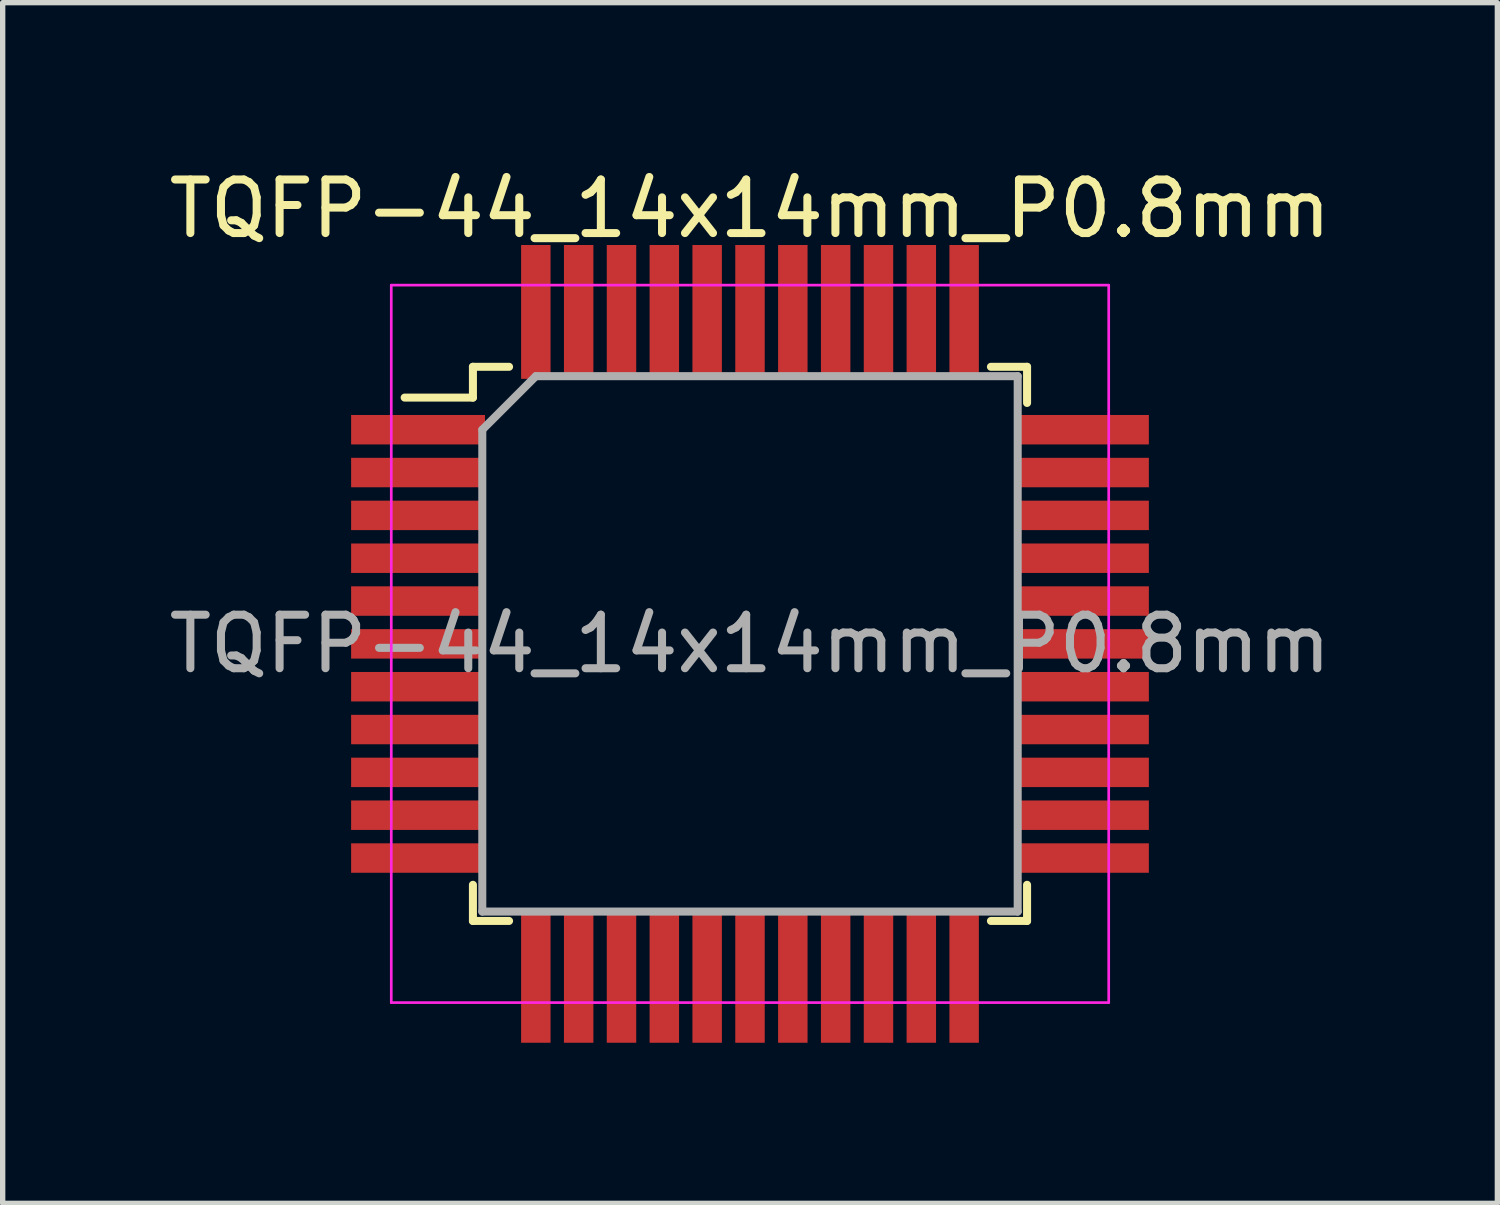
<source format=kicad_pcb>
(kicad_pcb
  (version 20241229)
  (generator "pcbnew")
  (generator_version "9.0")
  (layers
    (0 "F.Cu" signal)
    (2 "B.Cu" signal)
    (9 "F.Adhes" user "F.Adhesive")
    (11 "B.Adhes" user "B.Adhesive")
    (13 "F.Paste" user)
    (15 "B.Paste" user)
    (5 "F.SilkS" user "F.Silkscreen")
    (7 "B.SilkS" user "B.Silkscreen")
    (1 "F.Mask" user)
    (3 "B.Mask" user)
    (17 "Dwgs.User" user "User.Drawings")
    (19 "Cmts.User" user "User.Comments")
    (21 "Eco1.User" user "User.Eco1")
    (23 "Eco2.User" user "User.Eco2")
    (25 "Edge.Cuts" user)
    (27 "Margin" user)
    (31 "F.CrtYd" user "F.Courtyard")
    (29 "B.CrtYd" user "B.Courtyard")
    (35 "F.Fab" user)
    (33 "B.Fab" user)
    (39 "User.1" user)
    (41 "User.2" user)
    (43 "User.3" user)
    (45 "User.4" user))
  (footprint "TQFP-44_14x14mm_P0.8mm"
    (layer "F.Cu")
    (at 10.958 8.976)
    (property "Reference" "TQFP-44_14x14mm_P0.8mm" (at 0 -8.128 0) (layer "F.SilkS") (effects (font (size 1 1) (thickness 0.15))))
    (attr smd)
    (fp_line (start -5.175 -5.175) (end -5.175 -4.6) (stroke (width 0.15) (type solid)) (layer "F.SilkS"))
    (fp_line (start -5.175 -5.175) (end -4.5 -5.175) (stroke (width 0.15) (type solid)) (layer "F.SilkS"))
    (fp_line (start -5.175 -4.6) (end -6.45 -4.6) (stroke (width 0.15) (type solid)) (layer "F.SilkS"))
    (fp_line (start -5.175 5.175) (end -5.175 4.5) (stroke (width 0.15) (type solid)) (layer "F.SilkS"))
    (fp_line (start -5.175 5.175) (end -4.5 5.175) (stroke (width 0.15) (type solid)) (layer "F.SilkS"))
    (fp_line (start 5.175 -5.175) (end 4.5 -5.175) (stroke (width 0.15) (type solid)) (layer "F.SilkS"))
    (fp_line (start 5.175 -5.175) (end 5.175 -4.5) (stroke (width 0.15) (type solid)) (layer "F.SilkS"))
    (fp_line (start 5.175 5.175) (end 4.5 5.175) (stroke (width 0.15) (type solid)) (layer "F.SilkS"))
    (fp_line (start 5.175 5.175) (end 5.175 4.5) (stroke (width 0.15) (type solid)) (layer "F.SilkS"))
    (fp_line (start -6.7 -6.7) (end -6.7 6.7) (stroke (width 0.05) (type solid)) (layer "F.CrtYd"))
    (fp_line (start -6.7 -6.7) (end 6.7 -6.7) (stroke (width 0.05) (type solid)) (layer "F.CrtYd"))
    (fp_line (start -6.7 6.7) (end 6.7 6.7) (stroke (width 0.05) (type solid)) (layer "F.CrtYd"))
    (fp_line (start 6.7 -6.7) (end 6.7 6.7) (stroke (width 0.05) (type solid)) (layer "F.CrtYd"))
    (fp_line (start -5 -4) (end -4 -5) (stroke (width 0.15) (type solid)) (layer "F.Fab"))
    (fp_line (start -5 5) (end -5 -4) (stroke (width 0.15) (type solid)) (layer "F.Fab"))
    (fp_line (start -4 -5) (end 5 -5) (stroke (width 0.15) (type solid)) (layer "F.Fab"))
    (fp_line (start 5 -5) (end 5 5) (stroke (width 0.15) (type solid)) (layer "F.Fab"))
    (fp_line (start 5 5) (end -5 5) (stroke (width 0.15) (type solid)) (layer "F.Fab"))
    (fp_text user "${REFERENCE}" (at 0 0 0) (layer "F.Fab") (effects (font (size 1 1) (thickness 0.15))))
    (pad "1" smd rect (at -6.2 -4) (size 2.5 0.55) (layers "F.Cu" "F.Mask" "F.Paste"))
    (pad "2" smd rect (at -6.2 -3.2) (size 2.5 0.55) (layers "F.Cu" "F.Mask" "F.Paste"))
    (pad "3" smd rect (at -6.2 -2.4) (size 2.5 0.55) (layers "F.Cu" "F.Mask" "F.Paste"))
    (pad "4" smd rect (at -6.2 -1.6) (size 2.5 0.55) (layers "F.Cu" "F.Mask" "F.Paste"))
    (pad "5" smd rect (at -6.2 -0.8) (size 2.5 0.55) (layers "F.Cu" "F.Mask" "F.Paste"))
    (pad "6" smd rect (at -6.2 0) (size 2.5 0.55) (layers "F.Cu" "F.Mask" "F.Paste"))
    (pad "7" smd rect (at -6.2 0.8) (size 2.5 0.55) (layers "F.Cu" "F.Mask" "F.Paste"))
    (pad "8" smd rect (at -6.2 1.6) (size 2.5 0.55) (layers "F.Cu" "F.Mask" "F.Paste"))
    (pad "9" smd rect (at -6.2 2.4) (size 2.5 0.55) (layers "F.Cu" "F.Mask" "F.Paste"))
    (pad "10" smd rect (at -6.2 3.2) (size 2.5 0.55) (layers "F.Cu" "F.Mask" "F.Paste"))
    (pad "11" smd rect (at -6.2 4) (size 2.5 0.55) (layers "F.Cu" "F.Mask" "F.Paste"))
    (pad "12" smd rect (at -4 6.2 90) (size 2.5 0.55) (layers "F.Cu" "F.Mask" "F.Paste"))
    (pad "13" smd rect (at -3.2 6.2 90) (size 2.5 0.55) (layers "F.Cu" "F.Mask" "F.Paste"))
    (pad "14" smd rect (at -2.4 6.2 90) (size 2.5 0.55) (layers "F.Cu" "F.Mask" "F.Paste"))
    (pad "15" smd rect (at -1.6 6.2 90) (size 2.5 0.55) (layers "F.Cu" "F.Mask" "F.Paste"))
    (pad "16" smd rect (at -0.8 6.2 90) (size 2.5 0.55) (layers "F.Cu" "F.Mask" "F.Paste"))
    (pad "17" smd rect (at 0 6.2 90) (size 2.5 0.55) (layers "F.Cu" "F.Mask" "F.Paste"))
    (pad "18" smd rect (at 0.8 6.2 90) (size 2.5 0.55) (layers "F.Cu" "F.Mask" "F.Paste"))
    (pad "19" smd rect (at 1.6 6.2 90) (size 2.5 0.55) (layers "F.Cu" "F.Mask" "F.Paste"))
    (pad "20" smd rect (at 2.4 6.2 90) (size 2.5 0.55) (layers "F.Cu" "F.Mask" "F.Paste"))
    (pad "21" smd rect (at 3.2 6.2 90) (size 2.5 0.55) (layers "F.Cu" "F.Mask" "F.Paste"))
    (pad "22" smd rect (at 4 6.2 90) (size 2.5 0.55) (layers "F.Cu" "F.Mask" "F.Paste"))
    (pad "23" smd rect (at 6.2 4) (size 2.5 0.55) (layers "F.Cu" "F.Mask" "F.Paste"))
    (pad "24" smd rect (at 6.2 3.2) (size 2.5 0.55) (layers "F.Cu" "F.Mask" "F.Paste"))
    (pad "25" smd rect (at 6.2 2.4) (size 2.5 0.55) (layers "F.Cu" "F.Mask" "F.Paste"))
    (pad "26" smd rect (at 6.2 1.6) (size 2.5 0.55) (layers "F.Cu" "F.Mask" "F.Paste"))
    (pad "27" smd rect (at 6.2 0.8) (size 2.5 0.55) (layers "F.Cu" "F.Mask" "F.Paste"))
    (pad "28" smd rect (at 6.2 0) (size 2.5 0.55) (layers "F.Cu" "F.Mask" "F.Paste"))
    (pad "29" smd rect (at 6.2 -0.8) (size 2.5 0.55) (layers "F.Cu" "F.Mask" "F.Paste"))
    (pad "30" smd rect (at 6.2 -1.6) (size 2.5 0.55) (layers "F.Cu" "F.Mask" "F.Paste"))
    (pad "31" smd rect (at 6.2 -2.4) (size 2.5 0.55) (layers "F.Cu" "F.Mask" "F.Paste"))
    (pad "32" smd rect (at 6.2 -3.2) (size 2.5 0.55) (layers "F.Cu" "F.Mask" "F.Paste"))
    (pad "33" smd rect (at 6.2 -4) (size 2.5 0.55) (layers "F.Cu" "F.Mask" "F.Paste"))
    (pad "34" smd rect (at 4 -6.2 90) (size 2.5 0.55) (layers "F.Cu" "F.Mask" "F.Paste"))
    (pad "35" smd rect (at 3.2 -6.2 90) (size 2.5 0.55) (layers "F.Cu" "F.Mask" "F.Paste"))
    (pad "36" smd rect (at 2.4 -6.2 90) (size 2.5 0.55) (layers "F.Cu" "F.Mask" "F.Paste"))
    (pad "37" smd rect (at 1.6 -6.2 90) (size 2.5 0.55) (layers "F.Cu" "F.Mask" "F.Paste"))
    (pad "38" smd rect (at 0.8 -6.2 90) (size 2.5 0.55) (layers "F.Cu" "F.Mask" "F.Paste"))
    (pad "39" smd rect (at 0 -6.2 90) (size 2.5 0.55) (layers "F.Cu" "F.Mask" "F.Paste"))
    (pad "40" smd rect (at -0.8 -6.2 90) (size 2.5 0.55) (layers "F.Cu" "F.Mask" "F.Paste"))
    (pad "41" smd rect (at -1.6 -6.2 90) (size 2.5 0.55) (layers "F.Cu" "F.Mask" "F.Paste"))
    (pad "42" smd rect (at -2.4 -6.2 90) (size 2.5 0.55) (layers "F.Cu" "F.Mask" "F.Paste"))
    (pad "43" smd rect (at -3.2 -6.2 90) (size 2.5 0.55) (layers "F.Cu" "F.Mask" "F.Paste"))
    (pad "44" smd rect (at -4 -6.2 90) (size 2.5 0.55) (layers "F.Cu" "F.Mask" "F.Paste")))
  (gr_rect
    (start -3 -3)
    (end 24.917 19.426)
    (stroke (width 0.1) (type default))
    (fill no)
    (layer "Edge.Cuts")))
</source>
